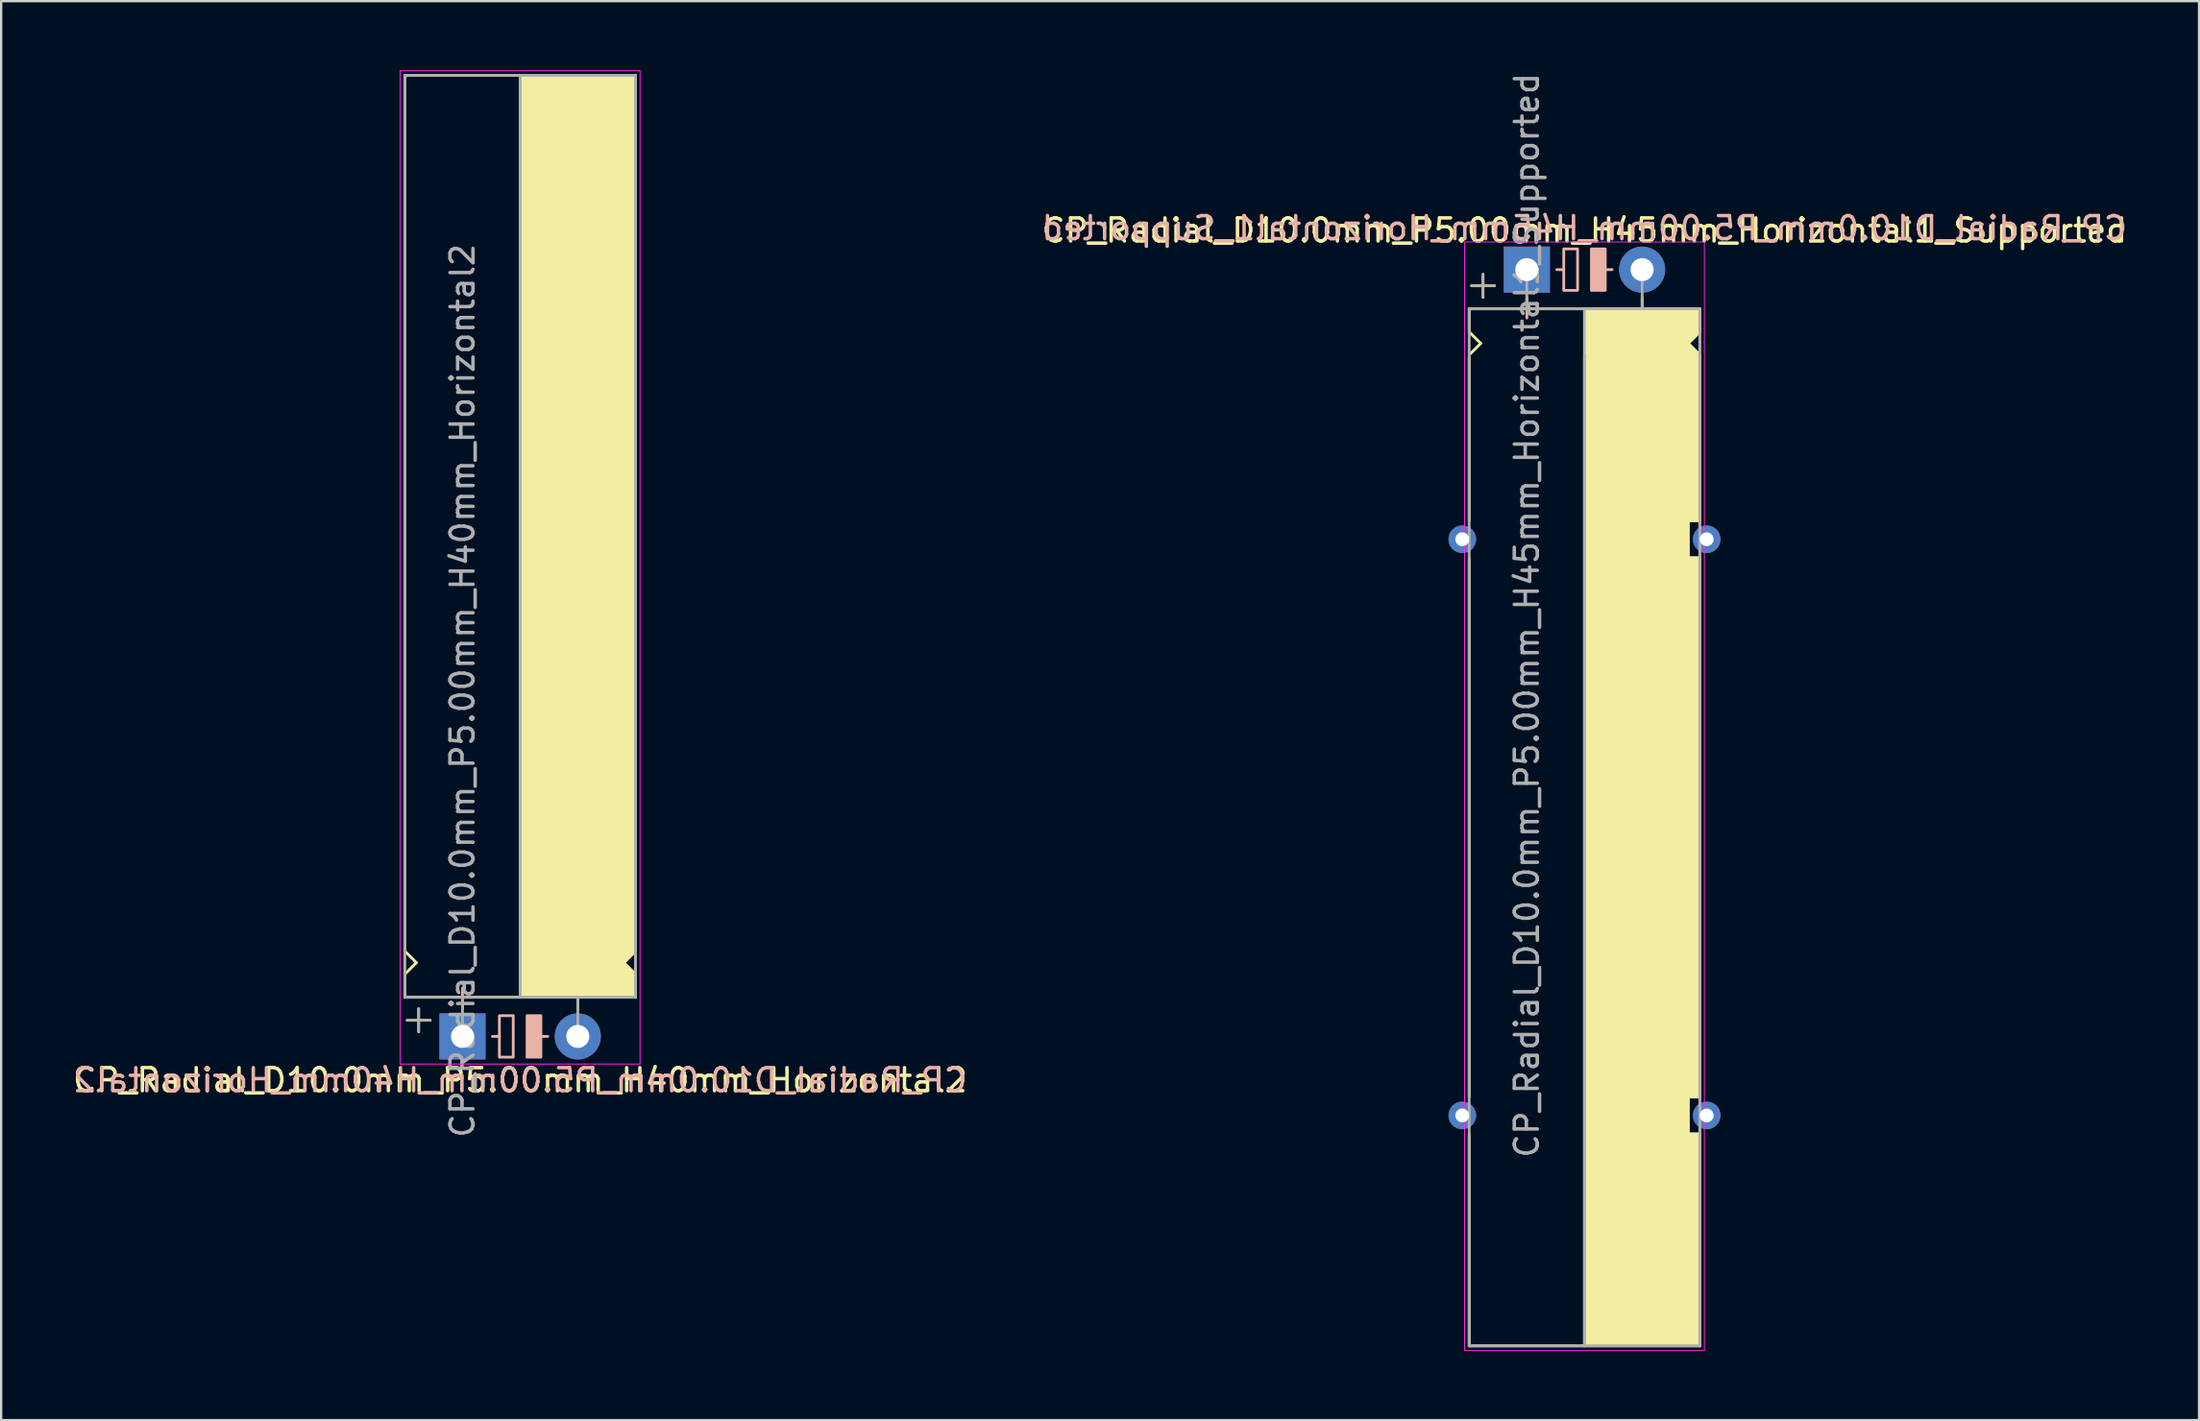
<source format=kicad_pcb>
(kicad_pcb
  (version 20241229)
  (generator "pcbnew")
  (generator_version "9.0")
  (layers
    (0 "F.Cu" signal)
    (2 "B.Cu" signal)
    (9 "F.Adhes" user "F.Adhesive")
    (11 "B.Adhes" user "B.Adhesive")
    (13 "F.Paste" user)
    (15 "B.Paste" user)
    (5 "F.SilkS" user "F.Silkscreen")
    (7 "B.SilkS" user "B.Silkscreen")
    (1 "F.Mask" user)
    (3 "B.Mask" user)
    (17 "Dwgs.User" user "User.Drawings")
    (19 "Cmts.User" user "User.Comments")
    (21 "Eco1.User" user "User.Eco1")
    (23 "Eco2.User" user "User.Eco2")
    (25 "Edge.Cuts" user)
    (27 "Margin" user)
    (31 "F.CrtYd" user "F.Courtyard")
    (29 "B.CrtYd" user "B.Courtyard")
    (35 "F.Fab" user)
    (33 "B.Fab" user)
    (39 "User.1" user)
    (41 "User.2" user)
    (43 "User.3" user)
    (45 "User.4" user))
  (footprint "CP_Radial_D10.0mm_P5.00mm_H40mm_Horizontal2"
    (layer "F.Cu")
    (at 17.006 41.92)
    (property "Reference" "CP_Radial_D10.0mm_P5.00mm_H40mm_Horizontal2" (at 2.5 1.9 0) (layer "F.SilkS") (effects (font (size 1 1) (thickness 0.15))))
    (fp_line (start -2.5 -41.7) (end 7.5 -41.7) (stroke (width 0.12) (type solid)) (layer "F.SilkS"))
    (fp_line (start -2.5 -11.7) (end -2.5 -41.7) (stroke (width 0.12) (type solid)) (layer "F.SilkS"))
    (fp_line (start -2.5 -3.7) (end -2.5 -11.7) (stroke (width 0.12) (type solid)) (layer "F.SilkS"))
    (fp_line (start -2.5 -2.7) (end -2 -3.2) (stroke (width 0.12) (type solid)) (layer "F.SilkS"))
    (fp_line (start -2.5 -1.7) (end -2.5 -2.7) (stroke (width 0.12) (type solid)) (layer "F.SilkS"))
    (fp_line (start -2 -3.2) (end -2.5 -3.7) (stroke (width 0.12) (type solid)) (layer "F.SilkS"))
    (fp_line (start -1.9 -1.2) (end -1.9 -0.2) (stroke (width 0.12) (type solid)) (layer "F.SilkS"))
    (fp_line (start -1.4 -0.7) (end -2.4 -0.7) (stroke (width 0.12) (type solid)) (layer "F.SilkS"))
    (fp_line (start 0 -1.7) (end 0 -1.2) (stroke (width 0.12) (type solid)) (layer "F.SilkS"))
    (fp_line (start 2.5 -41.7) (end 2.5 -1.7) (stroke (width 0.12) (type solid)) (layer "F.SilkS"))
    (fp_line (start 2.5 -1.7) (end -2.5 -1.7) (stroke (width 0.12) (type solid)) (layer "F.SilkS"))
    (fp_line (start 5 -1.7) (end 5 -1.2) (stroke (width 0.12) (type solid)) (layer "F.SilkS"))
    (fp_line (start 7 -3.2) (end 7.5 -3.7) (stroke (width 0.12) (type solid)) (layer "F.SilkS"))
    (fp_line (start 7.5 -11.7) (end 7.5 -41.7) (stroke (width 0.12) (type solid)) (layer "F.SilkS"))
    (fp_line (start 7.5 -3.7) (end 7.5 -11.7) (stroke (width 0.12) (type solid)) (layer "F.SilkS"))
    (fp_line (start 7.5 -2.7) (end 7 -3.2) (stroke (width 0.12) (type solid)) (layer "F.SilkS"))
    (fp_line (start 7.5 -1.7) (end 2.5 -1.7) (stroke (width 0.12) (type solid)) (layer "F.SilkS"))
    (fp_line (start 7.5 -1.7) (end 7.5 -2.7) (stroke (width 0.12) (type solid)) (layer "F.SilkS"))
    (fp_poly (pts (xy 7.5 -2.7) (xy 7 -3.2) (xy 7.5 -3.7) (xy 7.5 -41.7) (xy 2.5 -41.7) (xy 2.5 -1.7) (xy 7.5 -1.7)) (stroke (width 0.1) (type solid)) (fill yes) (layer "F.SilkS"))
    (fp_line (start 0 -2.1) (end 0 -1.3) (stroke (width 0.12) (type solid)) (layer "B.SilkS"))
    (fp_line (start 0.4 -1.7) (end -0.4 -1.7) (stroke (width 0.12) (type solid)) (layer "B.SilkS"))
    (fp_line (start 1.6 0) (end 1.3 0) (stroke (width 0.12) (type solid)) (layer "B.SilkS"))
    (fp_line (start 3.7 0) (end 3.4 0) (stroke (width 0.12) (type solid)) (layer "B.SilkS"))
    (fp_rect (start 2.2 -0.9) (end 1.6 0.9) (stroke (width 0.12) (type solid)) (fill no) (layer "B.SilkS"))
    (fp_rect (start 3.4 -0.9) (end 2.8 0.9) (stroke (width 0.12) (type solid)) (fill yes) (layer "B.SilkS"))
    (fp_line (start -2.7 -41.9) (end -2.7 1.2) (stroke (width 0.04) (type solid)) (layer "F.CrtYd"))
    (fp_line (start -2.7 1.2) (end 5.3 1.2) (stroke (width 0.04) (type solid)) (layer "F.CrtYd"))
    (fp_line (start 5.3 1.2) (end 7.7 1.2) (stroke (width 0.04) (type solid)) (layer "F.CrtYd"))
    (fp_line (start 7.7 -41.9) (end -2.7 -41.9) (stroke (width 0.04) (type solid)) (layer "F.CrtYd"))
    (fp_line (start 7.7 1.2) (end 7.7 -41.9) (stroke (width 0.04) (type solid)) (layer "F.CrtYd"))
    (fp_line (start -2.5 -41.7) (end 7.5 -41.7) (stroke (width 0.12) (type solid)) (layer "F.Fab"))
    (fp_line (start -2.5 -1.7) (end -2.5 -41.7) (stroke (width 0.12) (type solid)) (layer "F.Fab"))
    (fp_line (start -2.4 -0.7) (end -1.4 -0.7) (stroke (width 0.1) (type solid)) (layer "F.Fab"))
    (fp_line (start -1.9 -0.2) (end -1.9 -1.2) (stroke (width 0.1) (type solid)) (layer "F.Fab"))
    (fp_line (start 0 -1.7) (end 0 0) (stroke (width 0.12) (type solid)) (layer "F.Fab"))
    (fp_line (start 2.5 -1.7) (end 2.5 -41.7) (stroke (width 0.12) (type solid)) (layer "F.Fab"))
    (fp_line (start 5 -1.7) (end 5 0) (stroke (width 0.12) (type solid)) (layer "F.Fab"))
    (fp_line (start 7.5 -41.7) (end 7.5 -1.7) (stroke (width 0.12) (type solid)) (layer "F.Fab"))
    (fp_line (start 7.5 -1.7) (end -2.5 -1.7) (stroke (width 0.12) (type solid)) (layer "F.Fab"))
    (fp_poly (pts (xy 7.5 -41.7) (xy 2.5 -41.7) (xy 2.5 -1.7) (xy 7.5 -1.7)) (stroke (width 0.1) (type solid)) (fill no) (layer "F.Fab"))
    (fp_text user "${REFERENCE}" (at 2.5 1.9 0) (layer "B.SilkS") (effects (font (size 1 1) (thickness 0.15)) (justify mirror)))
    (fp_text user "${REFERENCE}" (at 0 -15 90) (layer "F.Fab") (effects (font (size 1 1) (thickness 0.15))))
    (pad "1" thru_hole rect (at 0 0) (size 2 2) (drill 1) (layers "*.Cu" "*.Mask"))
    (pad "2" thru_hole circle (at 5 0) (size 2 2) (drill 1) (layers "*.Cu" "*.Mask")))
  (footprint "CP_Radial_D10.0mm_P5.00mm_H45mm_Horizontal1_Supported"
    (layer "F.Cu")
    (at 63.161 8.649)
    (property "Reference" "CP_Radial_D10.0mm_P5.00mm_H45mm_Horizontal1_Supported" (at 2.5 -1.7 0) (layer "F.SilkS") (effects (font (size 1 1) (thickness 0.15))))
    (fp_line (start -2.5 1.7) (end -2.5 2.7) (stroke (width 0.12) (type solid)) (layer "F.SilkS"))
    (fp_line (start -2.5 2.7) (end -2 3.2) (stroke (width 0.12) (type solid)) (layer "F.SilkS"))
    (fp_line (start -2.5 3.8) (end -2.5 10.9) (stroke (width 0.12) (type solid)) (layer "F.SilkS"))
    (fp_line (start -2.5 12.5) (end -2.5 35.9) (stroke (width 0.12) (type solid)) (layer "F.SilkS"))
    (fp_line (start -2.5 37.5) (end -2.5 46.7) (stroke (width 0.12) (type solid)) (layer "F.SilkS"))
    (fp_line (start -2.5 46.7) (end 7.5 46.7) (stroke (width 0.12) (type solid)) (layer "F.SilkS"))
    (fp_line (start -2 3.2) (end -2.5 3.7) (stroke (width 0.12) (type solid)) (layer "F.SilkS"))
    (fp_line (start -1.9 0.2) (end -1.9 1.2) (stroke (width 0.12) (type solid)) (layer "F.SilkS"))
    (fp_line (start -1.4 0.7) (end -2.4 0.7) (stroke (width 0.12) (type solid)) (layer "F.SilkS"))
    (fp_line (start 0 1.7) (end 0 1.2) (stroke (width 0.12) (type solid)) (layer "F.SilkS"))
    (fp_line (start 2.5 1.7) (end -2.5 1.7) (stroke (width 0.12) (type solid)) (layer "F.SilkS"))
    (fp_line (start 2.5 46.7) (end 2.5 1.7) (stroke (width 0.12) (type solid)) (layer "F.SilkS"))
    (fp_line (start 5 1.7) (end 5 1.2) (stroke (width 0.12) (type solid)) (layer "F.SilkS"))
    (fp_line (start 7 3.2) (end 7.5 3.7) (stroke (width 0.12) (type solid)) (layer "F.SilkS"))
    (fp_line (start 7 10.9) (end 7 12.5) (stroke (width 0.12) (type solid)) (layer "F.SilkS"))
    (fp_line (start 7 12.5) (end 7.5 12.5) (stroke (width 0.12) (type solid)) (layer "F.SilkS"))
    (fp_line (start 7 35.9) (end 7 37.5) (stroke (width 0.12) (type solid)) (layer "F.SilkS"))
    (fp_line (start 7 37.5) (end 7.5 37.5) (stroke (width 0.12) (type solid)) (layer "F.SilkS"))
    (fp_line (start 7.5 1.7) (end 2.5 1.7) (stroke (width 0.12) (type solid)) (layer "F.SilkS"))
    (fp_line (start 7.5 1.7) (end 7.5 2.7) (stroke (width 0.12) (type solid)) (layer "F.SilkS"))
    (fp_line (start 7.5 2.7) (end 7 3.2) (stroke (width 0.12) (type solid)) (layer "F.SilkS"))
    (fp_line (start 7.5 3.7) (end 7.5 10.9) (stroke (width 0.12) (type solid)) (layer "F.SilkS"))
    (fp_line (start 7.5 10.9) (end 7 10.9) (stroke (width 0.12) (type solid)) (layer "F.SilkS"))
    (fp_line (start 7.5 12.5) (end 7.5 35.9) (stroke (width 0.12) (type solid)) (layer "F.SilkS"))
    (fp_line (start 7.5 35.9) (end 7 35.9) (stroke (width 0.12) (type solid)) (layer "F.SilkS"))
    (fp_line (start 7.5 37.5) (end 7.5 46.7) (stroke (width 0.12) (type solid)) (layer "F.SilkS"))
    (fp_poly (pts (xy 7.5 2.7) (xy 7 3.2) (xy 7.5 3.7) (xy 7.5 10.9) (xy 7 10.9) (xy 7 12.5) (xy 7.5 12.5) (xy 7.5 35.9) (xy 7 35.9) (xy 7 37.5) (xy 7.5 37.5) (xy 7.5 46.7) (xy 2.5 46.7) (xy 2.5 1.7) (xy 7.5 1.7)) (stroke (width 0.1) (type solid)) (fill yes) (layer "F.SilkS"))
    (fp_line (start 0 1.3) (end 0 2.1) (stroke (width 0.12) (type solid)) (layer "B.SilkS"))
    (fp_line (start 0.4 1.7) (end -0.4 1.7) (stroke (width 0.12) (type solid)) (layer "B.SilkS"))
    (fp_line (start 1.6 0) (end 1.3 0) (stroke (width 0.12) (type solid)) (layer "B.SilkS"))
    (fp_line (start 3.7 0) (end 3.4 0) (stroke (width 0.12) (type solid)) (layer "B.SilkS"))
    (fp_rect (start 2.2 -0.9) (end 1.6 0.9) (stroke (width 0.12) (type solid)) (fill no) (layer "B.SilkS"))
    (fp_rect (start 3.4 -0.9) (end 2.8 0.9) (stroke (width 0.12) (type solid)) (fill yes) (layer "B.SilkS"))
    (fp_line (start -2.7 -1.2) (end 5.3 -1.2) (stroke (width 0.04) (type solid)) (layer "F.CrtYd"))
    (fp_line (start -2.7 46.9) (end -2.7 -1.2) (stroke (width 0.04) (type solid)) (layer "F.CrtYd"))
    (fp_line (start 5.3 -1.2) (end 7.7 -1.2) (stroke (width 0.04) (type solid)) (layer "F.CrtYd"))
    (fp_line (start 7.7 -1.2) (end 7.7 46.9) (stroke (width 0.04) (type solid)) (layer "F.CrtYd"))
    (fp_line (start 7.7 46.9) (end -2.7 46.9) (stroke (width 0.04) (type solid)) (layer "F.CrtYd"))
    (fp_line (start -2.5 1.7) (end -2.5 46.7) (stroke (width 0.12) (type solid)) (layer "F.Fab"))
    (fp_line (start -2.5 46.7) (end 7.5 46.7) (stroke (width 0.12) (type solid)) (layer "F.Fab"))
    (fp_line (start -2.4 0.7) (end -1.4 0.7) (stroke (width 0.1) (type solid)) (layer "F.Fab"))
    (fp_line (start -1.9 1.2) (end -1.9 0.2) (stroke (width 0.1) (type solid)) (layer "F.Fab"))
    (fp_line (start 0 1.7) (end 0 0) (stroke (width 0.12) (type solid)) (layer "F.Fab"))
    (fp_line (start 2.5 3.7) (end 2.5 46.7) (stroke (width 0.12) (type solid)) (layer "F.Fab"))
    (fp_line (start 5 1.7) (end 5 0) (stroke (width 0.12) (type solid)) (layer "F.Fab"))
    (fp_line (start 7.5 1.7) (end -2.5 1.7) (stroke (width 0.12) (type solid)) (layer "F.Fab"))
    (fp_line (start 7.5 46.7) (end 7.5 1.7) (stroke (width 0.12) (type solid)) (layer "F.Fab"))
    (fp_poly (pts (xy 7.5 46.7) (xy 2.5 46.7) (xy 2.5 1.7) (xy 7.5 1.7)) (stroke (width 0.1) (type solid)) (fill no) (layer "F.Fab"))
    (fp_text user "${REFERENCE}" (at 2.5 -1.8 0) (layer "B.SilkS") (effects (font (size 1 1) (thickness 0.15)) (justify mirror)))
    (fp_text user "${REFERENCE}" (at 0 15 90) (layer "F.Fab") (effects (font (size 1 1) (thickness 0.15))))
    (pad "1" thru_hole rect (at 0 0) (size 2 2) (drill 1) (layers "*.Cu" "*.Mask"))
    (pad "2" thru_hole circle (at 5 0) (size 2 2) (drill 1) (layers "*.Cu" "*.Mask"))
    (pad "~" thru_hole circle (at -2.8 11.7 180) (size 1.2 1.2) (drill 0.6) (layers "*.Cu" "*.Mask"))
    (pad "~" thru_hole circle (at -2.8 36.7) (size 1.2 1.2) (drill 0.6) (layers "*.Cu" "*.Mask"))
    (pad "~" thru_hole circle (at 7.8 11.7) (size 1.2 1.2) (drill 0.6) (layers "*.Cu" "*.Mask"))
    (pad "~" thru_hole circle (at 7.8 36.7) (size 1.2 1.2) (drill 0.6) (layers "*.Cu" "*.Mask")))
  (gr_rect
    (start -3 -3)
    (end 92.31 58.569)
    (stroke (width 0.1) (type default))
    (fill no)
    (layer "Edge.Cuts")))
</source>
